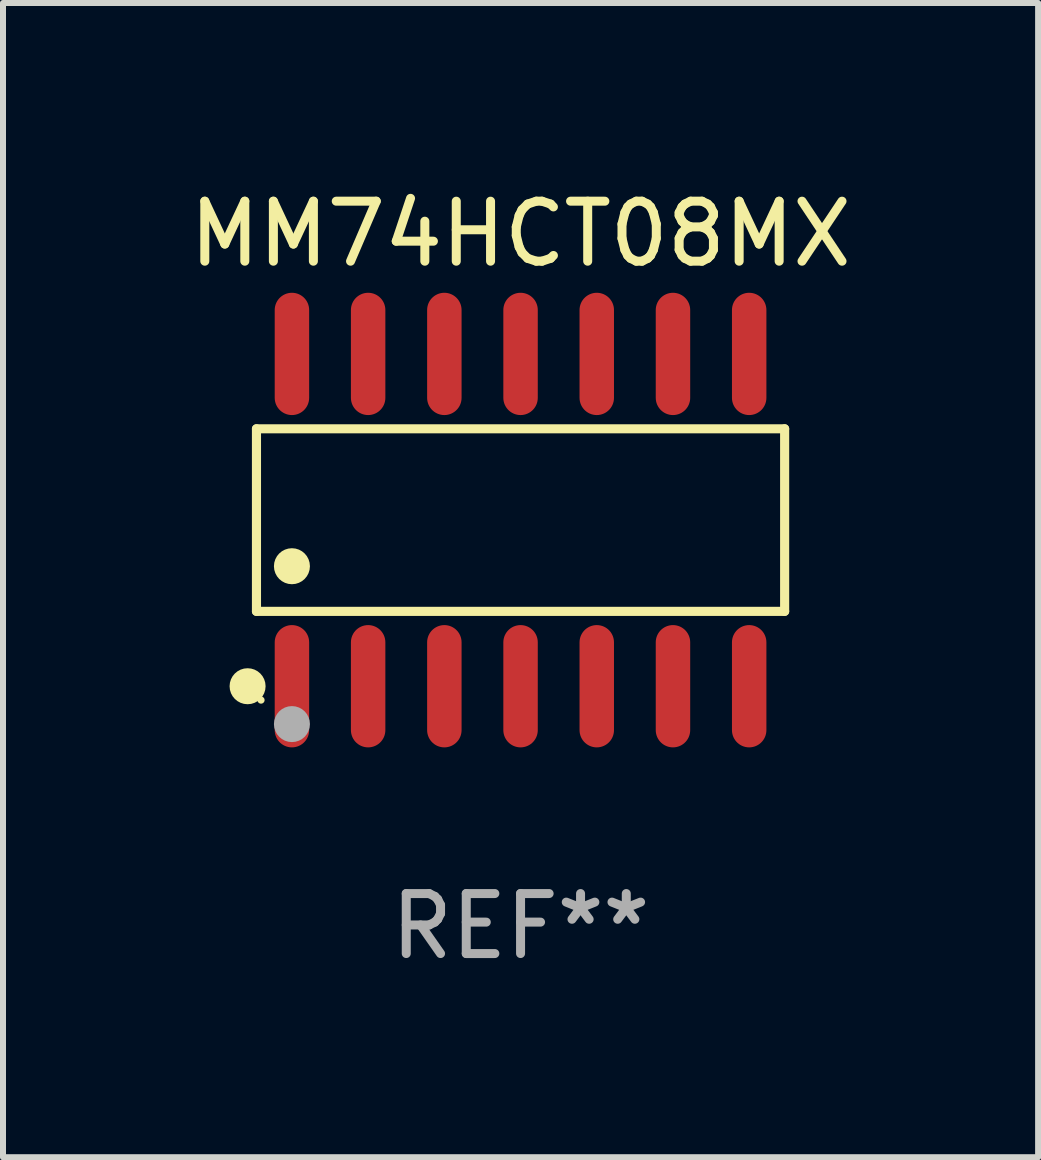
<source format=kicad_pcb>
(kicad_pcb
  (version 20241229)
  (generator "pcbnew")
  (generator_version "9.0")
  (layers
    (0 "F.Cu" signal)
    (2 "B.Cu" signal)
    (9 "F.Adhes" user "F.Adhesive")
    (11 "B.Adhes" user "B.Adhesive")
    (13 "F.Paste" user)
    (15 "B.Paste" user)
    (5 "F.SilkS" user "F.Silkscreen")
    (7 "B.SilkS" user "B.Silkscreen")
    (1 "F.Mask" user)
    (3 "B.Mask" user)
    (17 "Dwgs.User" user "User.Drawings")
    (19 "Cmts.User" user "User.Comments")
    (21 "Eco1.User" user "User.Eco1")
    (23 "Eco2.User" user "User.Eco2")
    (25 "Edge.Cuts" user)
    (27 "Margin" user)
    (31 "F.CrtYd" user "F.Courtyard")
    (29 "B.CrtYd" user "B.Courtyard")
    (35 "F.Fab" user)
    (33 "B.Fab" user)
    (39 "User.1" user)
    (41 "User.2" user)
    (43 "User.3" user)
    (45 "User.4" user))
  (footprint "MM74HCT08MX"
    (layer "F.Cu")
    (at 5.625 5.617)
    (property "Reference" "MM74HCT08MX" (at 0 -4.769 0) (layer "F.SilkS") (effects (font (size 1 1) (thickness 0.15))))
    (attr through_hole)
    (fp_line (start -4.401 -1.521) (end 4.401 -1.521) (stroke (width 0.152) (type solid)) (layer "F.SilkS"))
    (fp_line (start -4.401 1.521) (end -4.401 -1.521) (stroke (width 0.152) (type solid)) (layer "F.SilkS"))
    (fp_line (start 4.401 -1.521) (end 4.401 1.521) (stroke (width 0.152) (type solid)) (layer "F.SilkS"))
    (fp_line (start 4.401 1.521) (end -4.401 1.521) (stroke (width 0.152) (type solid)) (layer "F.SilkS"))
    (fp_circle (center -4.549 2.769) (end -4.399 2.769) (stroke (width 0.3) (type solid)) (fill no) (layer "F.SilkS"))
    (fp_circle (center -4.325 3) (end -4.295 3) (stroke (width 0.06) (type solid)) (fill no) (layer "F.SilkS"))
    (fp_circle (center -3.81 0.769) (end -3.66 0.769) (stroke (width 0.3) (type solid)) (fill no) (layer "F.SilkS"))
    (fp_circle (center -3.81 3.4) (end -3.66 3.4) (stroke (width 0.3) (type solid)) (fill no) (layer "F.Fab"))
    (fp_text user "REF**" (at 0 6.769 0) (layer "F.Fab") (effects (font (size 1 1) (thickness 0.15))))
    (pad "1" smd oval (at -3.81 2.769) (size 0.574 2.038) (layers "F.Cu" "F.Mask" "F.Paste"))
    (pad "2" smd oval (at -2.54 2.769) (size 0.574 2.038) (layers "F.Cu" "F.Mask" "F.Paste"))
    (pad "3" smd oval (at -1.27 2.769) (size 0.574 2.038) (layers "F.Cu" "F.Mask" "F.Paste"))
    (pad "4" smd oval (at 0 2.769) (size 0.574 2.038) (layers "F.Cu" "F.Mask" "F.Paste"))
    (pad "5" smd oval (at 1.27 2.769) (size 0.574 2.038) (layers "F.Cu" "F.Mask" "F.Paste"))
    (pad "6" smd oval (at 2.54 2.769) (size 0.574 2.038) (layers "F.Cu" "F.Mask" "F.Paste"))
    (pad "7" smd oval (at 3.81 2.769) (size 0.574 2.038) (layers "F.Cu" "F.Mask" "F.Paste"))
    (pad "8" smd oval (at 3.81 -2.769) (size 0.574 2.038) (layers "F.Cu" "F.Mask" "F.Paste"))
    (pad "9" smd oval (at 2.54 -2.769) (size 0.574 2.038) (layers "F.Cu" "F.Mask" "F.Paste"))
    (pad "10" smd oval (at 1.27 -2.769) (size 0.574 2.038) (layers "F.Cu" "F.Mask" "F.Paste"))
    (pad "11" smd oval (at 0 -2.769) (size 0.574 2.038) (layers "F.Cu" "F.Mask" "F.Paste"))
    (pad "12" smd oval (at -1.27 -2.769) (size 0.574 2.038) (layers "F.Cu" "F.Mask" "F.Paste"))
    (pad "13" smd oval (at -2.54 -2.769) (size 0.574 2.038) (layers "F.Cu" "F.Mask" "F.Paste"))
    (pad "14" smd oval (at -3.81 -2.769) (size 0.574 2.038) (layers "F.Cu" "F.Mask" "F.Paste")))
  (gr_rect
    (start -3 -3)
    (end 14.25 16.235)
    (stroke (width 0.1) (type default))
    (fill no)
    (layer "Edge.Cuts")))
</source>
